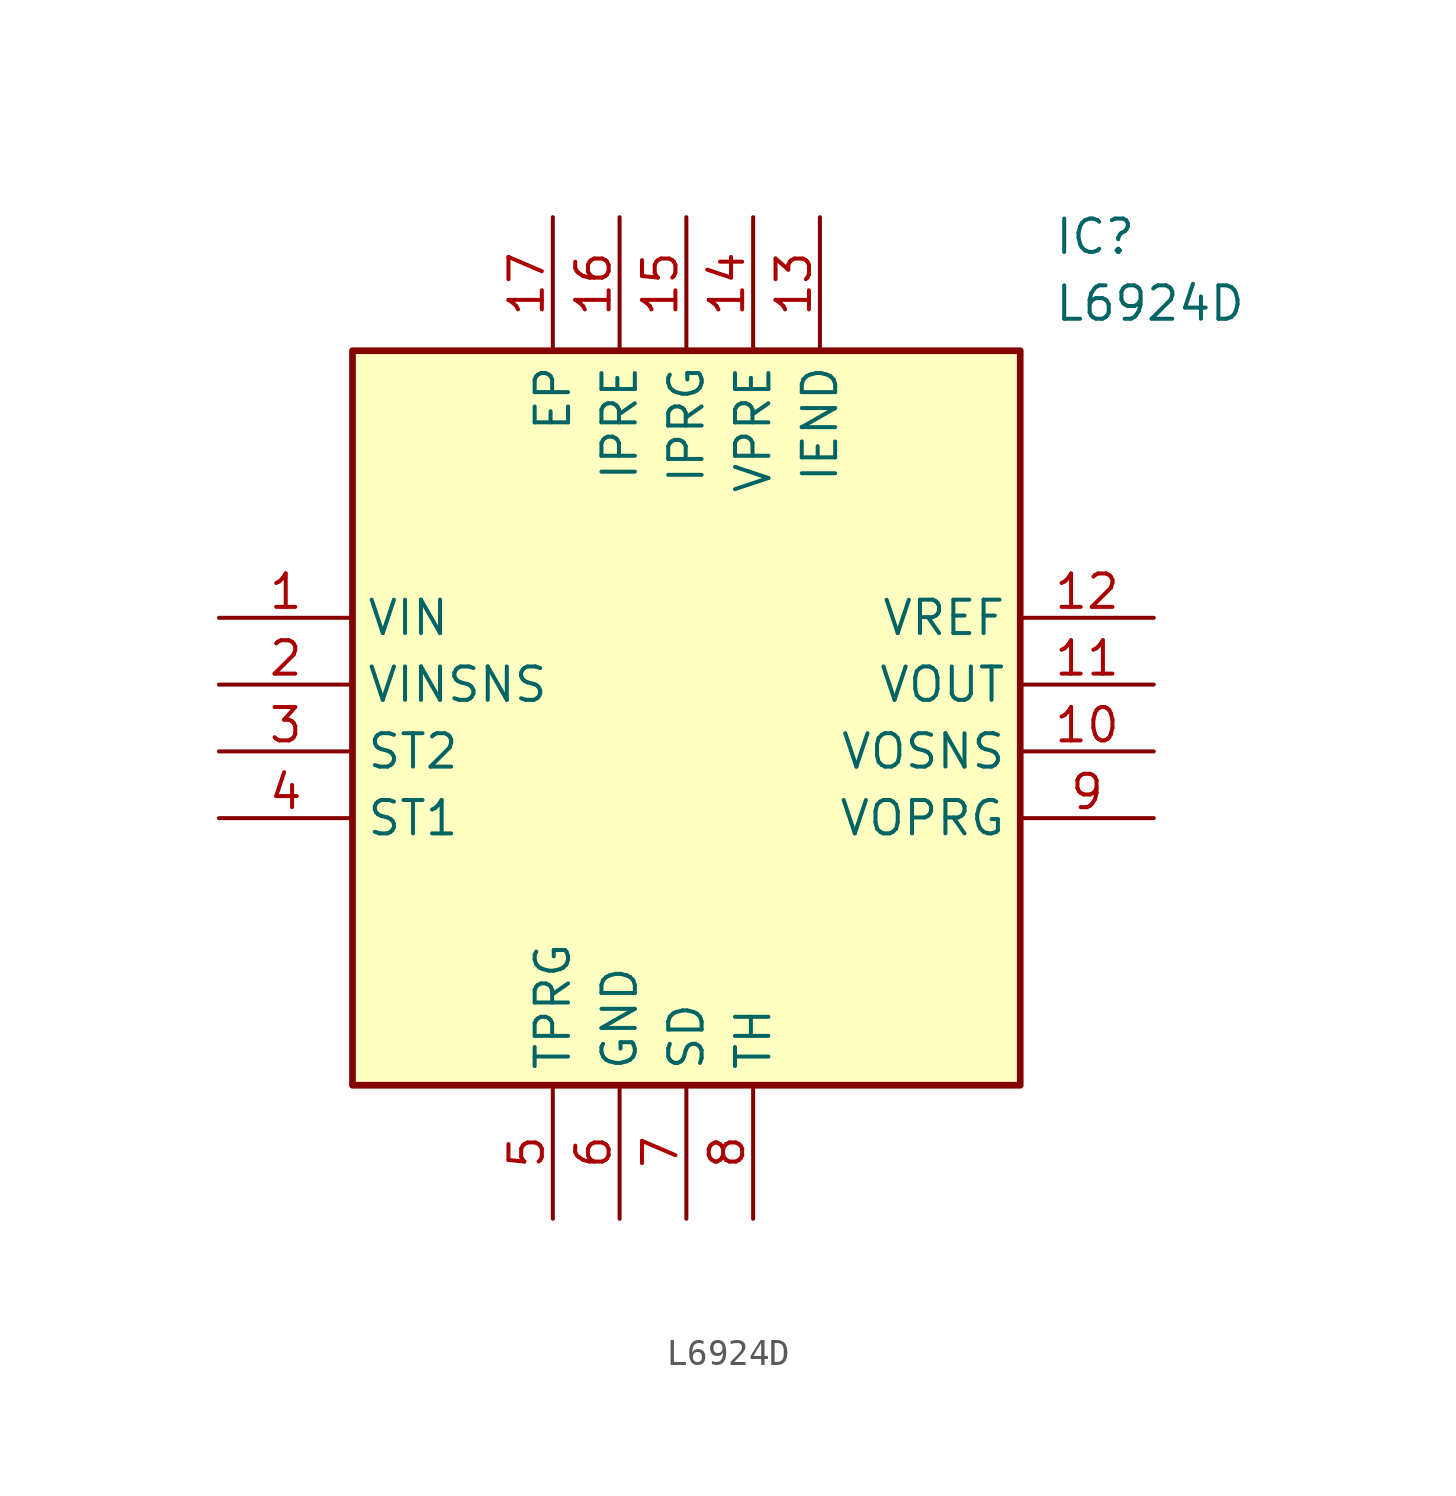
<source format=kicad_sym>
(kicad_symbol_lib
  (version 20211014)
  (generator SamacSys_ECAD_Model)
  (symbol "L6924D"
    (property "Reference" "IC"
      (at 31.75 15.24 0)
      (effects (font (size 1.27 1.27)) (justify left top)))
    (property "Value" "L6924D"
      (at 31.75 12.7 0)
      (effects (font (size 1.27 1.27)) (justify left top)))
    (rectangle
      (start 5.08 10.16)
      (end 30.48 -17.78)
      (stroke (width 0.254) (type default))
      (fill (type background)))
    (pin passive line
      (at 0 0 0)
      (length 5.08)
      (name "VIN" (effects (font (size 1.27 1.27))))
      (number "1" (effects (font (size 1.27 1.27)))))
    (pin passive line
      (at 0 -2.54 0)
      (length 5.08)
      (name "VINSNS" (effects (font (size 1.27 1.27))))
      (number "2" (effects (font (size 1.27 1.27)))))
    (pin passive line
      (at 0 -5.08 0)
      (length 5.08)
      (name "ST2" (effects (font (size 1.27 1.27))))
      (number "3" (effects (font (size 1.27 1.27)))))
    (pin passive line
      (at 0 -7.62 0)
      (length 5.08)
      (name "ST1" (effects (font (size 1.27 1.27))))
      (number "4" (effects (font (size 1.27 1.27)))))
    (pin passive line
      (at 12.7 -22.86 90)
      (length 5.08)
      (name "TPRG" (effects (font (size 1.27 1.27))))
      (number "5" (effects (font (size 1.27 1.27)))))
    (pin passive line
      (at 15.24 -22.86 90)
      (length 5.08)
      (name "GND" (effects (font (size 1.27 1.27))))
      (number "6" (effects (font (size 1.27 1.27)))))
    (pin passive line
      (at 17.78 -22.86 90)
      (length 5.08)
      (name "SD" (effects (font (size 1.27 1.27))))
      (number "7" (effects (font (size 1.27 1.27)))))
    (pin passive line
      (at 20.32 -22.86 90)
      (length 5.08)
      (name "TH" (effects (font (size 1.27 1.27))))
      (number "8" (effects (font (size 1.27 1.27)))))
    (pin passive line
      (at 35.56 0 180)
      (length 5.08)
      (name "VREF" (effects (font (size 1.27 1.27))))
      (number "12" (effects (font (size 1.27 1.27)))))
    (pin passive line
      (at 35.56 -2.54 180)
      (length 5.08)
      (name "VOUT" (effects (font (size 1.27 1.27))))
      (number "11" (effects (font (size 1.27 1.27)))))
    (pin passive line
      (at 35.56 -5.08 180)
      (length 5.08)
      (name "VOSNS" (effects (font (size 1.27 1.27))))
      (number "10" (effects (font (size 1.27 1.27)))))
    (pin passive line
      (at 35.56 -7.62 180)
      (length 5.08)
      (name "VOPRG" (effects (font (size 1.27 1.27))))
      (number "9" (effects (font (size 1.27 1.27)))))
    (pin passive line
      (at 12.7 15.24 270)
      (length 5.08)
      (name "EP" (effects (font (size 1.27 1.27))))
      (number "17" (effects (font (size 1.27 1.27)))))
    (pin passive line
      (at 15.24 15.24 270)
      (length 5.08)
      (name "IPRE" (effects (font (size 1.27 1.27))))
      (number "16" (effects (font (size 1.27 1.27)))))
    (pin passive line
      (at 17.78 15.24 270)
      (length 5.08)
      (name "IPRG" (effects (font (size 1.27 1.27))))
      (number "15" (effects (font (size 1.27 1.27)))))
    (pin passive line
      (at 20.32 15.24 270)
      (length 5.08)
      (name "VPRE" (effects (font (size 1.27 1.27))))
      (number "14" (effects (font (size 1.27 1.27)))))
    (pin passive line
      (at 22.86 15.24 270)
      (length 5.08)
      (name "IEND" (effects (font (size 1.27 1.27))))
      (number "13" (effects (font (size 1.27 1.27)))))))
</source>
